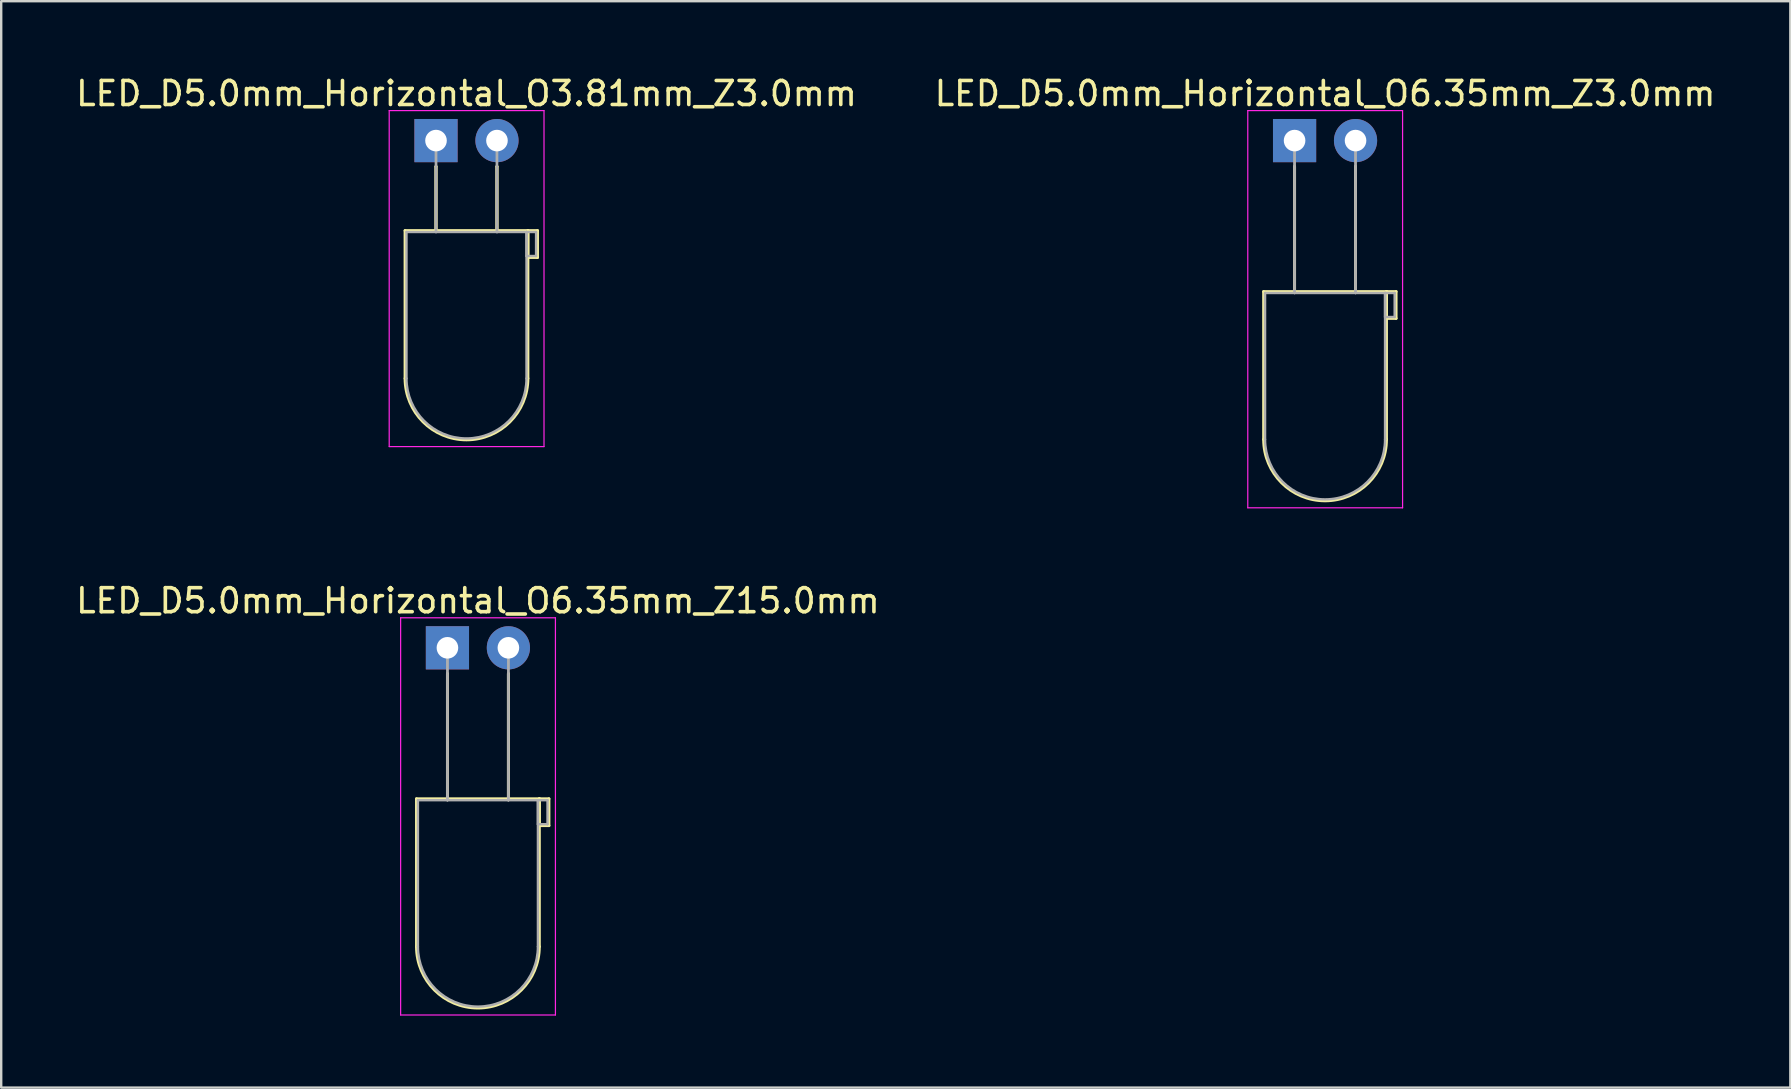
<source format=kicad_pcb>
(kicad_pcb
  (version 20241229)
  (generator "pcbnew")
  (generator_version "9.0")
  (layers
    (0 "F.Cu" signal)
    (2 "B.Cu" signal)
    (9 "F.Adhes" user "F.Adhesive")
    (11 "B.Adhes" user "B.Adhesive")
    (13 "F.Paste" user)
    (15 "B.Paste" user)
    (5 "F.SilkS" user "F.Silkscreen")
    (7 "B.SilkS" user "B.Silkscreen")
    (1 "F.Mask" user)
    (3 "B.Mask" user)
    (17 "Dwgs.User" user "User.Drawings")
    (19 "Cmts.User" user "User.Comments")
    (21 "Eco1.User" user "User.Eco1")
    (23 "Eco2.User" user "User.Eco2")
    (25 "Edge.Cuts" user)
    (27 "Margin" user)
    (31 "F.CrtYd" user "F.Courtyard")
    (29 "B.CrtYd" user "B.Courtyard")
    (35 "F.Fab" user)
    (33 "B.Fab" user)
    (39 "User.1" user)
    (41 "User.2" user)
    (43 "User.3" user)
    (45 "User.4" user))
  (footprint "LED_D5.0mm_Horizontal_O6.35mm_Z15.0mm"
    (layer "F.Cu")
    (at 15.593 23.942)
    (property "Reference" "LED_D5.0mm_Horizontal_O6.35mm_Z15.0mm" (at 1.27 -1.96 0) (layer "F.SilkS") (effects (font (size 1 1) (thickness 0.15))))
    (attr through_hole)
    (fp_line (start -1.29 6.29) (end -1.29 12.45) (stroke (width 0.12) (type solid)) (layer "F.SilkS"))
    (fp_line (start -1.29 6.29) (end 3.83 6.29) (stroke (width 0.12) (type solid)) (layer "F.SilkS"))
    (fp_line (start 0 1.08) (end 0 1.08) (stroke (width 0.12) (type solid)) (layer "F.SilkS"))
    (fp_line (start 0 1.08) (end 0 6.29) (stroke (width 0.12) (type solid)) (layer "F.SilkS"))
    (fp_line (start 0 6.29) (end 0 1.08) (stroke (width 0.12) (type solid)) (layer "F.SilkS"))
    (fp_line (start 0 6.29) (end 0 6.29) (stroke (width 0.12) (type solid)) (layer "F.SilkS"))
    (fp_line (start 2.54 1.08) (end 2.54 1.08) (stroke (width 0.12) (type solid)) (layer "F.SilkS"))
    (fp_line (start 2.54 1.08) (end 2.54 6.29) (stroke (width 0.12) (type solid)) (layer "F.SilkS"))
    (fp_line (start 2.54 6.29) (end 2.54 1.08) (stroke (width 0.12) (type solid)) (layer "F.SilkS"))
    (fp_line (start 2.54 6.29) (end 2.54 6.29) (stroke (width 0.12) (type solid)) (layer "F.SilkS"))
    (fp_line (start 3.83 6.29) (end 3.83 12.45) (stroke (width 0.12) (type solid)) (layer "F.SilkS"))
    (fp_line (start 3.83 6.29) (end 4.23 6.29) (stroke (width 0.12) (type solid)) (layer "F.SilkS"))
    (fp_line (start 3.83 7.41) (end 3.83 6.29) (stroke (width 0.12) (type solid)) (layer "F.SilkS"))
    (fp_line (start 4.23 6.29) (end 4.23 7.41) (stroke (width 0.12) (type solid)) (layer "F.SilkS"))
    (fp_line (start 4.23 7.41) (end 3.83 7.41) (stroke (width 0.12) (type solid)) (layer "F.SilkS"))
    (fp_arc (start 3.83 12.45) (mid 1.27 15.01) (end -1.29 12.45) (stroke (width 0.12) (type solid)) (layer "F.SilkS"))
    (fp_line (start -1.95 -1.25) (end -1.95 15.3) (stroke (width 0.05) (type solid)) (layer "F.CrtYd"))
    (fp_line (start -1.95 15.3) (end 4.5 15.3) (stroke (width 0.05) (type solid)) (layer "F.CrtYd"))
    (fp_line (start 4.5 -1.25) (end -1.95 -1.25) (stroke (width 0.05) (type solid)) (layer "F.CrtYd"))
    (fp_line (start 4.5 15.3) (end 4.5 -1.25) (stroke (width 0.05) (type solid)) (layer "F.CrtYd"))
    (fp_line (start -1.23 6.35) (end -1.23 12.45) (stroke (width 0.1) (type solid)) (layer "F.Fab"))
    (fp_line (start -1.23 6.35) (end 3.77 6.35) (stroke (width 0.1) (type solid)) (layer "F.Fab"))
    (fp_line (start 0 0) (end 0 0) (stroke (width 0.1) (type solid)) (layer "F.Fab"))
    (fp_line (start 0 0) (end 0 6.35) (stroke (width 0.1) (type solid)) (layer "F.Fab"))
    (fp_line (start 0 6.35) (end 0 0) (stroke (width 0.1) (type solid)) (layer "F.Fab"))
    (fp_line (start 0 6.35) (end 0 6.35) (stroke (width 0.1) (type solid)) (layer "F.Fab"))
    (fp_line (start 2.54 0) (end 2.54 0) (stroke (width 0.1) (type solid)) (layer "F.Fab"))
    (fp_line (start 2.54 0) (end 2.54 6.35) (stroke (width 0.1) (type solid)) (layer "F.Fab"))
    (fp_line (start 2.54 6.35) (end 2.54 0) (stroke (width 0.1) (type solid)) (layer "F.Fab"))
    (fp_line (start 2.54 6.35) (end 2.54 6.35) (stroke (width 0.1) (type solid)) (layer "F.Fab"))
    (fp_line (start 3.77 6.35) (end 3.77 12.45) (stroke (width 0.1) (type solid)) (layer "F.Fab"))
    (fp_line (start 3.77 6.35) (end 4.17 6.35) (stroke (width 0.1) (type solid)) (layer "F.Fab"))
    (fp_line (start 3.77 7.35) (end 3.77 6.35) (stroke (width 0.1) (type solid)) (layer "F.Fab"))
    (fp_line (start 4.17 6.35) (end 4.17 7.35) (stroke (width 0.1) (type solid)) (layer "F.Fab"))
    (fp_line (start 4.17 7.35) (end 3.77 7.35) (stroke (width 0.1) (type solid)) (layer "F.Fab"))
    (fp_arc (start 3.77 12.45) (mid 1.27 14.95) (end -1.23 12.45) (stroke (width 0.1) (type solid)) (layer "F.Fab"))
    (pad "1" thru_hole rect (at 0 0) (size 1.8 1.8) (drill 0.9) (layers "*.Cu" "*.Mask"))
    (pad "2" thru_hole circle (at 2.54 0) (size 1.8 1.8) (drill 0.9) (layers "*.Cu" "*.Mask")))
  (footprint "LED_D5.0mm_Horizontal_O6.35mm_Z3.0mm"
    (layer "F.Cu")
    (at 50.891 2.808)
    (property "Reference" "LED_D5.0mm_Horizontal_O6.35mm_Z3.0mm" (at 1.27 -1.96 0) (layer "F.SilkS") (effects (font (size 1 1) (thickness 0.15))))
    (attr through_hole)
    (fp_line (start -1.29 6.29) (end -1.29 12.45) (stroke (width 0.12) (type solid)) (layer "F.SilkS"))
    (fp_line (start -1.29 6.29) (end 3.83 6.29) (stroke (width 0.12) (type solid)) (layer "F.SilkS"))
    (fp_line (start 0 1.08) (end 0 1.08) (stroke (width 0.12) (type solid)) (layer "F.SilkS"))
    (fp_line (start 0 1.08) (end 0 6.29) (stroke (width 0.12) (type solid)) (layer "F.SilkS"))
    (fp_line (start 0 6.29) (end 0 1.08) (stroke (width 0.12) (type solid)) (layer "F.SilkS"))
    (fp_line (start 0 6.29) (end 0 6.29) (stroke (width 0.12) (type solid)) (layer "F.SilkS"))
    (fp_line (start 2.54 1.08) (end 2.54 1.08) (stroke (width 0.12) (type solid)) (layer "F.SilkS"))
    (fp_line (start 2.54 1.08) (end 2.54 6.29) (stroke (width 0.12) (type solid)) (layer "F.SilkS"))
    (fp_line (start 2.54 6.29) (end 2.54 1.08) (stroke (width 0.12) (type solid)) (layer "F.SilkS"))
    (fp_line (start 2.54 6.29) (end 2.54 6.29) (stroke (width 0.12) (type solid)) (layer "F.SilkS"))
    (fp_line (start 3.83 6.29) (end 3.83 12.45) (stroke (width 0.12) (type solid)) (layer "F.SilkS"))
    (fp_line (start 3.83 6.29) (end 4.23 6.29) (stroke (width 0.12) (type solid)) (layer "F.SilkS"))
    (fp_line (start 3.83 7.41) (end 3.83 6.29) (stroke (width 0.12) (type solid)) (layer "F.SilkS"))
    (fp_line (start 4.23 6.29) (end 4.23 7.41) (stroke (width 0.12) (type solid)) (layer "F.SilkS"))
    (fp_line (start 4.23 7.41) (end 3.83 7.41) (stroke (width 0.12) (type solid)) (layer "F.SilkS"))
    (fp_arc (start 3.83 12.45) (mid 1.27 15.01) (end -1.29 12.45) (stroke (width 0.12) (type solid)) (layer "F.SilkS"))
    (fp_line (start -1.95 -1.25) (end -1.95 15.3) (stroke (width 0.05) (type solid)) (layer "F.CrtYd"))
    (fp_line (start -1.95 15.3) (end 4.5 15.3) (stroke (width 0.05) (type solid)) (layer "F.CrtYd"))
    (fp_line (start 4.5 -1.25) (end -1.95 -1.25) (stroke (width 0.05) (type solid)) (layer "F.CrtYd"))
    (fp_line (start 4.5 15.3) (end 4.5 -1.25) (stroke (width 0.05) (type solid)) (layer "F.CrtYd"))
    (fp_line (start -1.23 6.35) (end -1.23 12.45) (stroke (width 0.1) (type solid)) (layer "F.Fab"))
    (fp_line (start -1.23 6.35) (end 3.77 6.35) (stroke (width 0.1) (type solid)) (layer "F.Fab"))
    (fp_line (start 0 0) (end 0 0) (stroke (width 0.1) (type solid)) (layer "F.Fab"))
    (fp_line (start 0 0) (end 0 6.35) (stroke (width 0.1) (type solid)) (layer "F.Fab"))
    (fp_line (start 0 6.35) (end 0 0) (stroke (width 0.1) (type solid)) (layer "F.Fab"))
    (fp_line (start 0 6.35) (end 0 6.35) (stroke (width 0.1) (type solid)) (layer "F.Fab"))
    (fp_line (start 2.54 0) (end 2.54 0) (stroke (width 0.1) (type solid)) (layer "F.Fab"))
    (fp_line (start 2.54 0) (end 2.54 6.35) (stroke (width 0.1) (type solid)) (layer "F.Fab"))
    (fp_line (start 2.54 6.35) (end 2.54 0) (stroke (width 0.1) (type solid)) (layer "F.Fab"))
    (fp_line (start 2.54 6.35) (end 2.54 6.35) (stroke (width 0.1) (type solid)) (layer "F.Fab"))
    (fp_line (start 3.77 6.35) (end 3.77 12.45) (stroke (width 0.1) (type solid)) (layer "F.Fab"))
    (fp_line (start 3.77 6.35) (end 4.17 6.35) (stroke (width 0.1) (type solid)) (layer "F.Fab"))
    (fp_line (start 3.77 7.35) (end 3.77 6.35) (stroke (width 0.1) (type solid)) (layer "F.Fab"))
    (fp_line (start 4.17 6.35) (end 4.17 7.35) (stroke (width 0.1) (type solid)) (layer "F.Fab"))
    (fp_line (start 4.17 7.35) (end 3.77 7.35) (stroke (width 0.1) (type solid)) (layer "F.Fab"))
    (fp_arc (start 3.77 12.45) (mid 1.27 14.95) (end -1.23 12.45) (stroke (width 0.1) (type solid)) (layer "F.Fab"))
    (pad "1" thru_hole rect (at 0 0) (size 1.8 1.8) (drill 0.9) (layers "*.Cu" "*.Mask"))
    (pad "2" thru_hole circle (at 2.54 0) (size 1.8 1.8) (drill 0.9) (layers "*.Cu" "*.Mask")))
  (footprint "LED_D5.0mm_Horizontal_O3.81mm_Z3.0mm"
    (layer "F.Cu")
    (at 15.117 2.808)
    (property "Reference" "LED_D5.0mm_Horizontal_O3.81mm_Z3.0mm" (at 1.27 -1.96 0) (layer "F.SilkS") (effects (font (size 1 1) (thickness 0.15))))
    (attr through_hole)
    (fp_line (start -1.29 3.75) (end -1.29 9.91) (stroke (width 0.12) (type solid)) (layer "F.SilkS"))
    (fp_line (start -1.29 3.75) (end 3.83 3.75) (stroke (width 0.12) (type solid)) (layer "F.SilkS"))
    (fp_line (start 0 1.08) (end 0 1.08) (stroke (width 0.12) (type solid)) (layer "F.SilkS"))
    (fp_line (start 0 1.08) (end 0 3.75) (stroke (width 0.12) (type solid)) (layer "F.SilkS"))
    (fp_line (start 0 3.75) (end 0 1.08) (stroke (width 0.12) (type solid)) (layer "F.SilkS"))
    (fp_line (start 0 3.75) (end 0 3.75) (stroke (width 0.12) (type solid)) (layer "F.SilkS"))
    (fp_line (start 2.54 1.08) (end 2.54 1.08) (stroke (width 0.12) (type solid)) (layer "F.SilkS"))
    (fp_line (start 2.54 1.08) (end 2.54 3.75) (stroke (width 0.12) (type solid)) (layer "F.SilkS"))
    (fp_line (start 2.54 3.75) (end 2.54 1.08) (stroke (width 0.12) (type solid)) (layer "F.SilkS"))
    (fp_line (start 2.54 3.75) (end 2.54 3.75) (stroke (width 0.12) (type solid)) (layer "F.SilkS"))
    (fp_line (start 3.83 3.75) (end 3.83 9.91) (stroke (width 0.12) (type solid)) (layer "F.SilkS"))
    (fp_line (start 3.83 3.75) (end 4.23 3.75) (stroke (width 0.12) (type solid)) (layer "F.SilkS"))
    (fp_line (start 3.83 4.87) (end 3.83 3.75) (stroke (width 0.12) (type solid)) (layer "F.SilkS"))
    (fp_line (start 4.23 3.75) (end 4.23 4.87) (stroke (width 0.12) (type solid)) (layer "F.SilkS"))
    (fp_line (start 4.23 4.87) (end 3.83 4.87) (stroke (width 0.12) (type solid)) (layer "F.SilkS"))
    (fp_arc (start 3.83 9.91) (mid 1.27 12.47) (end -1.29 9.91) (stroke (width 0.12) (type solid)) (layer "F.SilkS"))
    (fp_line (start -1.95 -1.25) (end -1.95 12.75) (stroke (width 0.05) (type solid)) (layer "F.CrtYd"))
    (fp_line (start -1.95 12.75) (end 4.5 12.75) (stroke (width 0.05) (type solid)) (layer "F.CrtYd"))
    (fp_line (start 4.5 -1.25) (end -1.95 -1.25) (stroke (width 0.05) (type solid)) (layer "F.CrtYd"))
    (fp_line (start 4.5 12.75) (end 4.5 -1.25) (stroke (width 0.05) (type solid)) (layer "F.CrtYd"))
    (fp_line (start -1.23 3.81) (end -1.23 9.91) (stroke (width 0.1) (type solid)) (layer "F.Fab"))
    (fp_line (start -1.23 3.81) (end 3.77 3.81) (stroke (width 0.1) (type solid)) (layer "F.Fab"))
    (fp_line (start 0 0) (end 0 0) (stroke (width 0.1) (type solid)) (layer "F.Fab"))
    (fp_line (start 0 0) (end 0 3.81) (stroke (width 0.1) (type solid)) (layer "F.Fab"))
    (fp_line (start 0 3.81) (end 0 0) (stroke (width 0.1) (type solid)) (layer "F.Fab"))
    (fp_line (start 0 3.81) (end 0 3.81) (stroke (width 0.1) (type solid)) (layer "F.Fab"))
    (fp_line (start 2.54 0) (end 2.54 0) (stroke (width 0.1) (type solid)) (layer "F.Fab"))
    (fp_line (start 2.54 0) (end 2.54 3.81) (stroke (width 0.1) (type solid)) (layer "F.Fab"))
    (fp_line (start 2.54 3.81) (end 2.54 0) (stroke (width 0.1) (type solid)) (layer "F.Fab"))
    (fp_line (start 2.54 3.81) (end 2.54 3.81) (stroke (width 0.1) (type solid)) (layer "F.Fab"))
    (fp_line (start 3.77 3.81) (end 3.77 9.91) (stroke (width 0.1) (type solid)) (layer "F.Fab"))
    (fp_line (start 3.77 3.81) (end 4.17 3.81) (stroke (width 0.1) (type solid)) (layer "F.Fab"))
    (fp_line (start 3.77 4.81) (end 3.77 3.81) (stroke (width 0.1) (type solid)) (layer "F.Fab"))
    (fp_line (start 4.17 3.81) (end 4.17 4.81) (stroke (width 0.1) (type solid)) (layer "F.Fab"))
    (fp_line (start 4.17 4.81) (end 3.77 4.81) (stroke (width 0.1) (type solid)) (layer "F.Fab"))
    (fp_arc (start 3.77 9.91) (mid 1.27 12.41) (end -1.23 9.91) (stroke (width 0.1) (type solid)) (layer "F.Fab"))
    (pad "1" thru_hole rect (at 0 0) (size 1.8 1.8) (drill 0.9) (layers "*.Cu" "*.Mask"))
    (pad "2" thru_hole circle (at 2.54 0) (size 1.8 1.8) (drill 0.9) (layers "*.Cu" "*.Mask")))
  (gr_rect
    (start -3 -3)
    (end 71.548 42.267)
    (stroke (width 0.1) (type default))
    (fill no)
    (layer "Edge.Cuts")))
</source>
